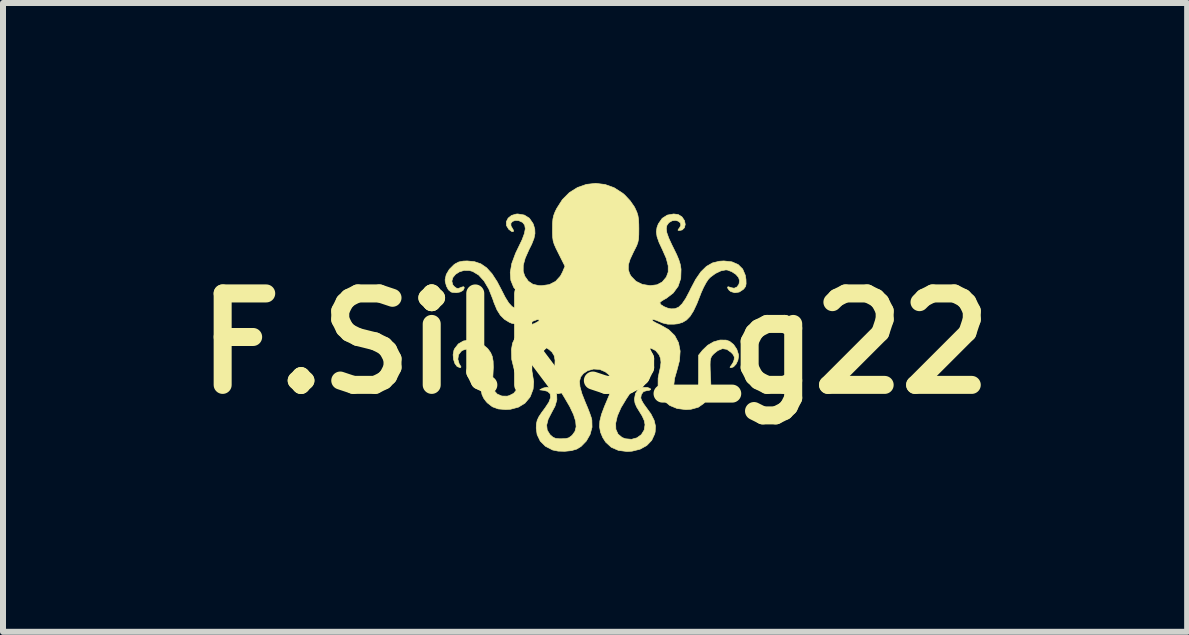
<source format=kicad_pcb>
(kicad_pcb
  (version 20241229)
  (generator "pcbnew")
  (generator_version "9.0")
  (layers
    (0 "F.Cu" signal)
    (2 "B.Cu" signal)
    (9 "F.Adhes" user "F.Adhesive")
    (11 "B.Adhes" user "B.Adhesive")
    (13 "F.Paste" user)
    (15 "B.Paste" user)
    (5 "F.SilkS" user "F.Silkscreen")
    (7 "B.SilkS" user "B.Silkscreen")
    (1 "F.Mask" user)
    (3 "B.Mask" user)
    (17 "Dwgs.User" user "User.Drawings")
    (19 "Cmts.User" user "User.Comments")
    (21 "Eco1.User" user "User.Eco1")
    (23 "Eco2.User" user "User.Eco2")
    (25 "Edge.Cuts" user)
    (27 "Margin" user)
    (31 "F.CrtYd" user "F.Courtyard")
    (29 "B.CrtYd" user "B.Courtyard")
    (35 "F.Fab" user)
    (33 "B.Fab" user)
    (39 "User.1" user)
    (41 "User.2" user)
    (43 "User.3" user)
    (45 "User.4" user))
  (footprint "F.SilkS_g22"
    (layer "F.Cu")
    (at 6.865 2.674)
    (property "Reference" "F.SilkS_g22" (at 0 0 0) (layer "F.SilkS") (effects (font (size 1.524 1.524) (thickness 0.3))))
    (attr through_hole)
    (fp_poly (pts (xy 0.168 -2.65) (xy 0.32 -2.595) (xy 0.464 -2.502) (xy 0.496 -2.474) (xy 0.584 -2.38) (xy 0.655 -2.278) (xy 0.67 -2.248) (xy 0.698 -2.186) (xy 0.715 -2.131) (xy 0.725 -2.068) (xy 0.729 -1.985) (xy 0.73 -1.912) (xy 0.729 -1.814) (xy 0.725 -1.743) (xy 0.714 -1.687) (xy 0.694 -1.631) (xy 0.659 -1.561) (xy 0.64 -1.524) (xy 0.585 -1.407) (xy 0.556 -1.313) (xy 0.554 -1.234) (xy 0.576 -1.163) (xy 0.602 -1.119) (xy 0.682 -1.037) (xy 0.789 -0.985) (xy 0.916 -0.965) (xy 0.923 -0.965) (xy 1.033 -0.979) (xy 1.119 -1.025) (xy 1.188 -1.107) (xy 1.219 -1.191) (xy 1.219 -1.295) (xy 1.187 -1.419) (xy 1.124 -1.562) (xy 1.067 -1.684) (xy 1.033 -1.781) (xy 1.022 -1.861) (xy 1.032 -1.933) (xy 1.055 -1.994) (xy 1.119 -2.086) (xy 1.204 -2.14) (xy 1.31 -2.159) (xy 1.311 -2.159) (xy 1.387 -2.149) (xy 1.445 -2.113) (xy 1.451 -2.107) (xy 1.491 -2.047) (xy 1.503 -1.985) (xy 1.489 -1.929) (xy 1.452 -1.893) (xy 1.411 -1.884) (xy 1.383 -1.886) (xy 1.386 -1.901) (xy 1.406 -1.924) (xy 1.43 -1.971) (xy 1.421 -2.01) (xy 1.387 -2.039) (xy 1.339 -2.052) (xy 1.284 -2.045) (xy 1.232 -2.015) (xy 1.228 -2.011) (xy 1.197 -1.968) (xy 1.187 -1.915) (xy 1.196 -1.847) (xy 1.228 -1.757) (xy 1.282 -1.64) (xy 1.303 -1.598) (xy 1.359 -1.484) (xy 1.396 -1.396) (xy 1.419 -1.322) (xy 1.431 -1.252) (xy 1.433 -1.233) (xy 1.428 -1.084) (xy 1.384 -0.953) (xy 1.303 -0.842) (xy 1.187 -0.753) (xy 1.16 -0.739) (xy 1.11 -0.709) (xy 1.082 -0.684) (xy 1.079 -0.677) (xy 1.098 -0.647) (xy 1.146 -0.616) (xy 1.21 -0.59) (xy 1.265 -0.578) (xy 1.332 -0.58) (xy 1.393 -0.606) (xy 1.451 -0.662) (xy 1.511 -0.75) (xy 1.577 -0.875) (xy 1.59 -0.904) (xy 1.677 -1.069) (xy 1.764 -1.195) (xy 1.856 -1.285) (xy 1.957 -1.343) (xy 2.071 -1.371) (xy 2.147 -1.376) (xy 2.281 -1.361) (xy 2.385 -1.316) (xy 2.46 -1.241) (xy 2.504 -1.137) (xy 2.515 -1.067) (xy 2.517 -0.997) (xy 2.509 -0.952) (xy 2.483 -0.916) (xy 2.469 -0.901) (xy 2.403 -0.858) (xy 2.329 -0.846) (xy 2.262 -0.866) (xy 2.233 -0.889) (xy 2.207 -0.929) (xy 2.215 -0.947) (xy 2.253 -0.937) (xy 2.263 -0.932) (xy 2.318 -0.921) (xy 2.366 -0.943) (xy 2.398 -0.988) (xy 2.408 -1.047) (xy 2.392 -1.1) (xy 2.347 -1.152) (xy 2.279 -1.197) (xy 2.207 -1.224) (xy 2.18 -1.227) (xy 2.098 -1.211) (xy 2.007 -1.168) (xy 1.924 -1.107) (xy 1.891 -1.074) (xy 1.853 -1.018) (xy 1.809 -0.937) (xy 1.768 -0.846) (xy 1.759 -0.822) (xy 1.697 -0.664) (xy 1.64 -0.543) (xy 1.584 -0.454) (xy 1.524 -0.392) (xy 1.457 -0.352) (xy 1.379 -0.329) (xy 1.313 -0.322) (xy 1.214 -0.322) (xy 1.128 -0.342) (xy 1.09 -0.358) (xy 1.017 -0.388) (xy 0.974 -0.4) (xy 0.955 -0.396) (xy 0.953 -0.386) (xy 0.97 -0.37) (xy 1.018 -0.343) (xy 1.084 -0.312) (xy 1.09 -0.309) (xy 1.227 -0.231) (xy 1.328 -0.132) (xy 1.391 -0.013) (xy 1.418 0.126) (xy 1.407 0.285) (xy 1.365 0.445) (xy 1.326 0.579) (xy 1.313 0.683) (xy 1.326 0.762) (xy 1.366 0.82) (xy 1.432 0.86) (xy 1.52 0.879) (xy 1.606 0.869) (xy 1.676 0.832) (xy 1.687 0.821) (xy 1.702 0.799) (xy 1.713 0.767) (xy 1.72 0.718) (xy 1.724 0.646) (xy 1.725 0.541) (xy 1.725 0.487) (xy 1.725 0.195) (xy 1.79 0.113) (xy 1.876 0.03) (xy 1.976 -0.028) (xy 2.082 -0.058) (xy 2.183 -0.057) (xy 2.243 -0.036) (xy 2.309 0.017) (xy 2.362 0.096) (xy 2.39 0.183) (xy 2.392 0.212) (xy 2.38 0.281) (xy 2.349 0.344) (xy 2.308 0.388) (xy 2.271 0.402) (xy 2.249 0.399) (xy 2.256 0.381) (xy 2.27 0.365) (xy 2.301 0.316) (xy 2.318 0.27) (xy 2.321 0.225) (xy 2.301 0.184) (xy 2.269 0.149) (xy 2.197 0.097) (xy 2.124 0.085) (xy 2.048 0.116) (xy 1.995 0.157) (xy 1.964 0.186) (xy 1.942 0.213) (xy 1.928 0.246) (xy 1.919 0.291) (xy 1.917 0.354) (xy 1.919 0.442) (xy 1.924 0.563) (xy 1.928 0.635) (xy 1.931 0.725) (xy 1.925 0.789) (xy 1.909 0.845) (xy 1.883 0.899) (xy 1.813 0.997) (xy 1.72 1.062) (xy 1.6 1.095) (xy 1.514 1.101) (xy 1.368 1.083) (xy 1.245 1.032) (xy 1.149 0.953) (xy 1.083 0.848) (xy 1.05 0.721) (xy 1.051 0.577) (xy 1.066 0.498) (xy 1.09 0.391) (xy 1.099 0.313) (xy 1.092 0.251) (xy 1.071 0.194) (xy 1.069 0.19) (xy 1.011 0.118) (xy 0.936 0.08) (xy 0.853 0.077) (xy 0.772 0.111) (xy 0.746 0.132) (xy 0.724 0.156) (xy 0.71 0.186) (xy 0.702 0.23) (xy 0.699 0.299) (xy 0.698 0.39) (xy 0.695 0.507) (xy 0.684 0.6) (xy 0.66 0.682) (xy 0.62 0.766) (xy 0.56 0.864) (xy 0.526 0.914) (xy 0.433 1.068) (xy 0.372 1.206) (xy 0.344 1.328) (xy 0.347 1.429) (xy 0.383 1.509) (xy 0.451 1.566) (xy 0.507 1.587) (xy 0.608 1.596) (xy 0.699 1.571) (xy 0.772 1.518) (xy 0.819 1.441) (xy 0.833 1.353) (xy 0.821 1.286) (xy 0.786 1.208) (xy 0.744 1.14) (xy 0.693 1.057) (xy 0.666 0.993) (xy 0.657 0.933) (xy 0.657 0.923) (xy 0.674 0.832) (xy 0.719 0.766) (xy 0.786 0.731) (xy 0.869 0.731) (xy 0.918 0.749) (xy 0.928 0.768) (xy 0.899 0.781) (xy 0.869 0.783) (xy 0.807 0.801) (xy 0.771 0.851) (xy 0.762 0.907) (xy 0.775 0.945) (xy 0.807 1.002) (xy 0.844 1.053) (xy 0.931 1.173) (xy 0.984 1.278) (xy 1.007 1.375) (xy 1.002 1.471) (xy 0.994 1.506) (xy 0.944 1.614) (xy 0.861 1.7) (xy 0.75 1.761) (xy 0.616 1.794) (xy 0.531 1.799) (xy 0.39 1.781) (xy 0.271 1.729) (xy 0.177 1.643) (xy 0.128 1.566) (xy 0.091 1.477) (xy 0.075 1.388) (xy 0.08 1.292) (xy 0.107 1.182) (xy 0.157 1.049) (xy 0.191 0.969) (xy 0.248 0.833) (xy 0.28 0.726) (xy 0.287 0.641) (xy 0.27 0.573) (xy 0.227 0.516) (xy 0.171 0.472) (xy 0.079 0.432) (xy -0.024 0.425) (xy -0.119 0.451) (xy -0.123 0.453) (xy -0.195 0.5) (xy -0.24 0.558) (xy -0.259 0.63) (xy -0.251 0.721) (xy -0.218 0.838) (xy -0.163 0.977) (xy -0.122 1.074) (xy -0.087 1.165) (xy -0.062 1.238) (xy -0.053 1.275) (xy -0.05 1.395) (xy -0.083 1.516) (xy -0.146 1.626) (xy -0.233 1.715) (xy -0.305 1.759) (xy -0.394 1.785) (xy -0.504 1.796) (xy -0.615 1.793) (xy -0.708 1.774) (xy -0.709 1.773) (xy -0.827 1.712) (xy -0.913 1.626) (xy -0.965 1.518) (xy -0.98 1.41) (xy -0.977 1.34) (xy -0.964 1.281) (xy -0.937 1.222) (xy -0.89 1.151) (xy -0.834 1.076) (xy -0.769 0.978) (xy -0.74 0.898) (xy -0.748 0.837) (xy -0.791 0.797) (xy -0.857 0.78) (xy -0.921 0.772) (xy -0.871 0.744) (xy -0.801 0.727) (xy -0.727 0.747) (xy -0.677 0.784) (xy -0.639 0.851) (xy -0.636 0.938) (xy -0.667 1.044) (xy -0.72 1.143) (xy -0.781 1.261) (xy -0.806 1.359) (xy -0.797 1.443) (xy -0.752 1.516) (xy -0.742 1.526) (xy -0.7 1.562) (xy -0.656 1.581) (xy -0.593 1.587) (xy -0.561 1.587) (xy -0.487 1.584) (xy -0.438 1.571) (xy -0.397 1.542) (xy -0.379 1.526) (xy -0.334 1.463) (xy -0.315 1.387) (xy -0.323 1.295) (xy -0.358 1.184) (xy -0.421 1.051) (xy -0.514 0.892) (xy -0.548 0.837) (xy -0.611 0.732) (xy -0.651 0.646) (xy -0.672 0.565) (xy -0.676 0.475) (xy -0.67 0.384) (xy -0.666 0.279) (xy -0.681 0.202) (xy -0.717 0.143) (xy -0.767 0.099) (xy -0.808 0.073) (xy -0.848 0.068) (xy -0.904 0.08) (xy -0.91 0.082) (xy -0.994 0.125) (xy -1.038 0.176) (xy -1.067 0.236) (xy -1.077 0.302) (xy -1.07 0.385) (xy -1.046 0.494) (xy -1.022 0.636) (xy -1.032 0.76) (xy -1.076 0.877) (xy -1.089 0.9) (xy -1.168 0.994) (xy -1.276 1.06) (xy -1.407 1.095) (xy -1.488 1.1) (xy -1.612 1.09) (xy -1.71 1.054) (xy -1.794 0.989) (xy -1.814 0.967) (xy -1.855 0.912) (xy -1.883 0.852) (xy -1.898 0.779) (xy -1.903 0.684) (xy -1.898 0.558) (xy -1.896 0.517) (xy -1.89 0.411) (xy -1.89 0.337) (xy -1.896 0.283) (xy -1.91 0.239) (xy -1.917 0.222) (xy -1.972 0.146) (xy -2.045 0.1) (xy -2.126 0.088) (xy -2.205 0.112) (xy -2.23 0.129) (xy -2.275 0.188) (xy -2.286 0.262) (xy -2.264 0.338) (xy -2.253 0.355) (xy -2.233 0.389) (xy -2.24 0.401) (xy -2.25 0.402) (xy -2.298 0.383) (xy -2.335 0.334) (xy -2.358 0.264) (xy -2.365 0.187) (xy -2.351 0.111) (xy -2.34 0.087) (xy -2.278 0.007) (xy -2.194 -0.042) (xy -2.097 -0.059) (xy -1.994 -0.045) (xy -1.891 0.000476) (xy -1.797 0.077) (xy -1.784 0.091) (xy -1.741 0.15) (xy -1.713 0.214) (xy -1.698 0.294) (xy -1.695 0.397) (xy -1.701 0.522) (xy -1.707 0.626) (xy -1.706 0.698) (xy -1.697 0.749) (xy -1.684 0.782) (xy -1.63 0.842) (xy -1.553 0.875) (xy -1.465 0.877) (xy -1.429 0.868) (xy -1.355 0.83) (xy -1.31 0.773) (xy -1.293 0.693) (xy -1.304 0.586) (xy -1.342 0.45) (xy -1.344 0.445) (xy -1.388 0.266) (xy -1.393 0.1) (xy -1.374 -0.007) (xy -1.332 -0.094) (xy -1.258 -0.18) (xy -1.162 -0.257) (xy -1.054 -0.315) (xy -1.053 -0.315) (xy -0.989 -0.344) (xy -0.945 -0.369) (xy -0.931 -0.383) (xy -0.94 -0.399) (xy -0.968 -0.397) (xy -1.025 -0.376) (xy -1.061 -0.36) (xy -1.168 -0.328) (xy -1.281 -0.32) (xy -1.385 -0.336) (xy -1.425 -0.352) (xy -1.51 -0.404) (xy -1.577 -0.471) (xy -1.633 -0.56) (xy -1.683 -0.679) (xy -1.704 -0.741) (xy -1.77 -0.908) (xy -1.849 -1.042) (xy -1.939 -1.141) (xy -2.038 -1.201) (xy -2.095 -1.217) (xy -2.182 -1.218) (xy -2.261 -1.194) (xy -2.325 -1.153) (xy -2.369 -1.099) (xy -2.386 -1.04) (xy -2.371 -0.98) (xy -2.35 -0.953) (xy -2.31 -0.923) (xy -2.279 -0.917) (xy -2.279 -0.917) (xy -2.221 -0.94) (xy -2.192 -0.947) (xy -2.181 -0.939) (xy -2.18 -0.924) (xy -2.199 -0.886) (xy -2.247 -0.859) (xy -2.311 -0.847) (xy -2.38 -0.853) (xy -2.401 -0.86) (xy -2.443 -0.895) (xy -2.476 -0.957) (xy -2.496 -1.032) (xy -2.498 -1.065) (xy -2.479 -1.15) (xy -2.428 -1.236) (xy -2.352 -1.312) (xy -2.33 -1.328) (xy -2.27 -1.359) (xy -2.199 -1.373) (xy -2.131 -1.376) (xy -2.009 -1.364) (xy -1.903 -1.328) (xy -1.807 -1.262) (xy -1.718 -1.164) (xy -1.631 -1.03) (xy -1.562 -0.898) (xy -1.496 -0.769) (xy -1.438 -0.676) (xy -1.383 -0.616) (xy -1.327 -0.584) (xy -1.267 -0.576) (xy -1.244 -0.578) (xy -1.177 -0.594) (xy -1.115 -0.621) (xy -1.072 -0.652) (xy -1.058 -0.676) (xy -1.075 -0.696) (xy -1.118 -0.728) (xy -1.151 -0.749) (xy -1.272 -0.837) (xy -1.356 -0.937) (xy -1.403 -1.053) (xy -1.413 -1.184) (xy -1.387 -1.334) (xy -1.324 -1.504) (xy -1.281 -1.593) (xy -1.216 -1.728) (xy -1.177 -1.833) (xy -1.162 -1.913) (xy -1.172 -1.973) (xy -1.204 -2.015) (xy -1.211 -2.02) (xy -1.272 -2.048) (xy -1.33 -2.051) (xy -1.376 -2.034) (xy -1.403 -2.001) (xy -1.4 -1.957) (xy -1.386 -1.934) (xy -1.359 -1.887) (xy -1.363 -1.863) (xy -1.391 -1.868) (xy -1.437 -1.903) (xy -1.439 -1.905) (xy -1.476 -1.966) (xy -1.478 -2.03) (xy -1.448 -2.089) (xy -1.392 -2.134) (xy -1.315 -2.157) (xy -1.287 -2.159) (xy -1.179 -2.141) (xy -1.095 -2.089) (xy -1.035 -2.002) (xy -1.026 -1.981) (xy -1.004 -1.906) (xy -1.001 -1.833) (xy -1.017 -1.753) (xy -1.055 -1.656) (xy -1.101 -1.564) (xy -1.164 -1.422) (xy -1.196 -1.304) (xy -1.197 -1.204) (xy -1.171 -1.123) (xy -1.111 -1.038) (xy -1.035 -0.987) (xy -0.935 -0.965) (xy -0.889 -0.964) (xy -0.762 -0.982) (xy -0.657 -1.036) (xy -0.577 -1.124) (xy -0.542 -1.19) (xy -0.501 -1.288) (xy -0.605 -1.495) (xy -0.651 -1.587) (xy -0.681 -1.655) (xy -0.698 -1.711) (xy -0.706 -1.769) (xy -0.709 -1.843) (xy -0.709 -1.904) (xy -0.708 -2.003) (xy -0.702 -2.075) (xy -0.689 -2.134) (xy -0.666 -2.194) (xy -0.64 -2.248) (xy -0.545 -2.397) (xy -0.428 -2.515) (xy -0.292 -2.6) (xy -0.144 -2.652) (xy 0.011 -2.669) (xy 0.168 -2.65)) (stroke (width 0.01) (type solid)) (fill yes) (layer "F.SilkS")))
  (gr_rect
    (start -3 -3)
    (end 16.731 7.478)
    (stroke (width 0.1) (type default))
    (fill no)
    (layer "Edge.Cuts")))
</source>
